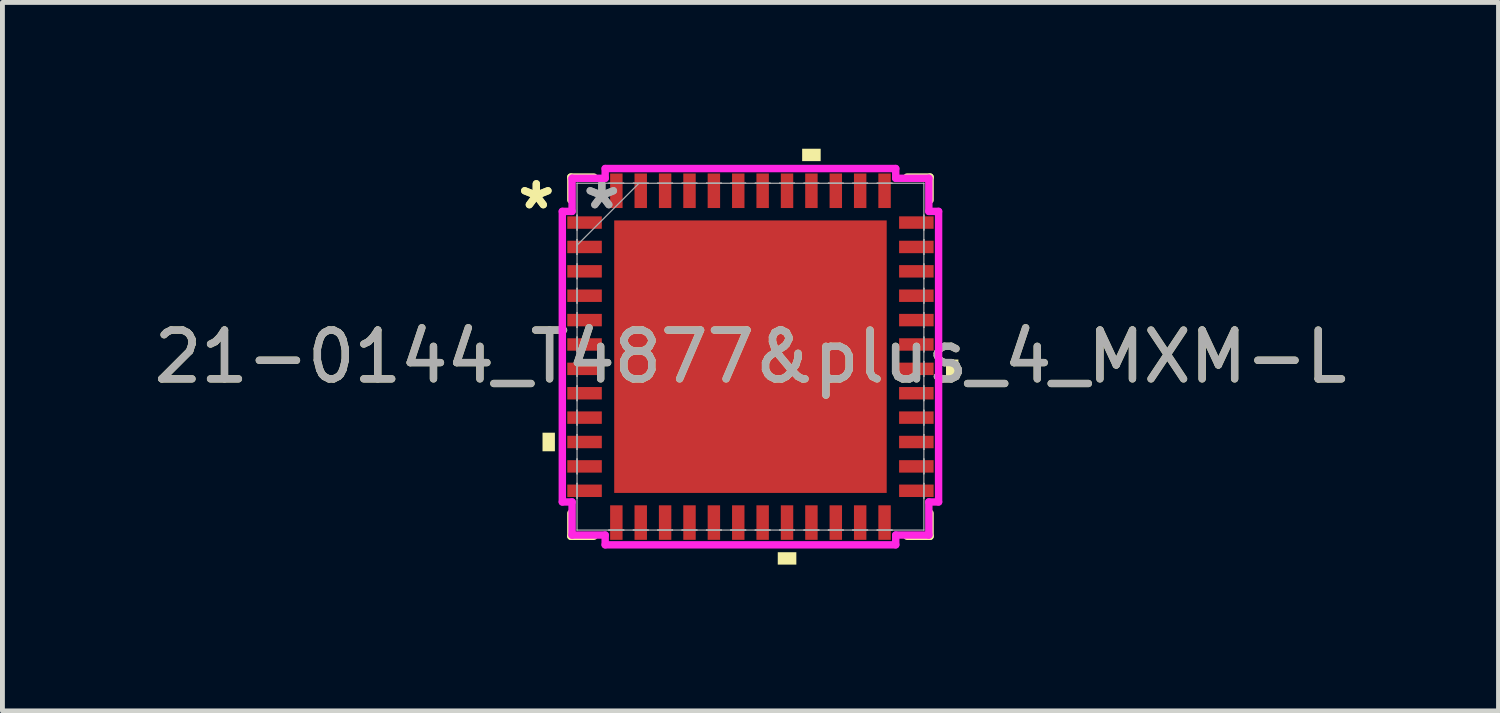
<source format=kicad_pcb>
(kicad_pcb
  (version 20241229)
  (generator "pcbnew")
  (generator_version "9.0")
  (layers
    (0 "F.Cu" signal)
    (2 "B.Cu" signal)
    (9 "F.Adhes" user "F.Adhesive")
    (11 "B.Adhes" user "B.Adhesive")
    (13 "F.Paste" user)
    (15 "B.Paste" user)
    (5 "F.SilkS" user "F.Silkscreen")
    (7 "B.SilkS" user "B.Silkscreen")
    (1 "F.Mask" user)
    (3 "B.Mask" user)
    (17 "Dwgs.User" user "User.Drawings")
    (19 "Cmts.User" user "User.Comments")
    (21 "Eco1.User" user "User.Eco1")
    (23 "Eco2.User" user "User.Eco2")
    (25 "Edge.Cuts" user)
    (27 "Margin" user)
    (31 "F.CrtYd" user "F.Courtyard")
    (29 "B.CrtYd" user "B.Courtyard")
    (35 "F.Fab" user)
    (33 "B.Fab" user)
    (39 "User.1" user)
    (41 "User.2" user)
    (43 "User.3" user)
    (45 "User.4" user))
  (footprint "21-0144_T4877&plus_4_MXM-L"
    (layer "F.Cu")
    (at 12.339 4.264)
    (property "Reference" "21-0144_T4877&plus_4_MXM-L" (at 0 0 0) (unlocked yes) (layer "F.SilkS") (effects (font (size 1 1) (thickness 0.15))))
    (attr smd)
    (fp_line (start -3.683 -3.683) (end -3.683 -3.21) (stroke (width 0.152) (type solid)) (layer "F.SilkS"))
    (fp_line (start -3.683 3.21) (end -3.683 3.683) (stroke (width 0.152) (type solid)) (layer "F.SilkS"))
    (fp_line (start -3.683 3.683) (end -3.21 3.683) (stroke (width 0.152) (type solid)) (layer "F.SilkS"))
    (fp_line (start -3.21 -3.683) (end -3.683 -3.683) (stroke (width 0.152) (type solid)) (layer "F.SilkS"))
    (fp_line (start 3.21 3.683) (end 3.683 3.683) (stroke (width 0.152) (type solid)) (layer "F.SilkS"))
    (fp_line (start 3.683 -3.683) (end 3.21 -3.683) (stroke (width 0.152) (type solid)) (layer "F.SilkS"))
    (fp_line (start 3.683 -3.21) (end 3.683 -3.683) (stroke (width 0.152) (type solid)) (layer "F.SilkS"))
    (fp_line (start 3.683 3.683) (end 3.683 3.21) (stroke (width 0.152) (type solid)) (layer "F.SilkS"))
    (fp_poly (pts (xy -4.264 1.559) (xy -4.264 1.94) (xy -4.01 1.94) (xy -4.01 1.559)) (stroke (width 0) (type solid)) (fill yes) (layer "F.SilkS"))
    (fp_poly (pts (xy 0.56 4.01) (xy 0.56 4.264) (xy 0.941 4.264) (xy 0.941 4.01)) (stroke (width 0) (type solid)) (fill yes) (layer "F.SilkS"))
    (fp_poly (pts (xy 1.06 -4.01) (xy 1.06 -4.264) (xy 1.44 -4.264) (xy 1.44 -4.01)) (stroke (width 0) (type solid)) (fill yes) (layer "F.SilkS"))
    (fp_poly (pts (xy 4.264 0.059) (xy 4.264 0.441) (xy 4.01 0.441) (xy 4.01 0.059)) (stroke (width 0) (type solid)) (fill yes) (layer "F.SilkS"))
    (fp_poly (pts (xy -2.694 -2.694) (xy -2.694 -1.497) (xy -1.497 -1.497) (xy -1.497 -2.694)) (stroke (width 0) (type solid)) (fill yes) (layer "F.Paste"))
    (fp_poly (pts (xy -2.694 -1.297) (xy -2.694 -0.1) (xy -1.497 -0.1) (xy -1.497 -1.297)) (stroke (width 0) (type solid)) (fill yes) (layer "F.Paste"))
    (fp_poly (pts (xy -2.694 0.1) (xy -2.694 1.297) (xy -1.497 1.297) (xy -1.497 0.1)) (stroke (width 0) (type solid)) (fill yes) (layer "F.Paste"))
    (fp_poly (pts (xy -2.694 1.497) (xy -2.694 2.694) (xy -1.497 2.694) (xy -1.497 1.497)) (stroke (width 0) (type solid)) (fill yes) (layer "F.Paste"))
    (fp_poly (pts (xy -1.297 -2.694) (xy -1.297 -1.497) (xy -0.1 -1.497) (xy -0.1 -2.694)) (stroke (width 0) (type solid)) (fill yes) (layer "F.Paste"))
    (fp_poly (pts (xy -1.297 -1.297) (xy -1.297 -0.1) (xy -0.1 -0.1) (xy -0.1 -1.297)) (stroke (width 0) (type solid)) (fill yes) (layer "F.Paste"))
    (fp_poly (pts (xy -1.297 0.1) (xy -1.297 1.297) (xy -0.1 1.297) (xy -0.1 0.1)) (stroke (width 0) (type solid)) (fill yes) (layer "F.Paste"))
    (fp_poly (pts (xy -1.297 1.497) (xy -1.297 2.694) (xy -0.1 2.694) (xy -0.1 1.497)) (stroke (width 0) (type solid)) (fill yes) (layer "F.Paste"))
    (fp_poly (pts (xy 0.1 -2.694) (xy 0.1 -1.497) (xy 1.297 -1.497) (xy 1.297 -2.694)) (stroke (width 0) (type solid)) (fill yes) (layer "F.Paste"))
    (fp_poly (pts (xy 0.1 -1.297) (xy 0.1 -0.1) (xy 1.297 -0.1) (xy 1.297 -1.297)) (stroke (width 0) (type solid)) (fill yes) (layer "F.Paste"))
    (fp_poly (pts (xy 0.1 0.1) (xy 0.1 1.297) (xy 1.297 1.297) (xy 1.297 0.1)) (stroke (width 0) (type solid)) (fill yes) (layer "F.Paste"))
    (fp_poly (pts (xy 0.1 1.497) (xy 0.1 2.694) (xy 1.297 2.694) (xy 1.297 1.497)) (stroke (width 0) (type solid)) (fill yes) (layer "F.Paste"))
    (fp_poly (pts (xy 1.497 -2.694) (xy 1.497 -1.497) (xy 2.694 -1.497) (xy 2.694 -2.694)) (stroke (width 0) (type solid)) (fill yes) (layer "F.Paste"))
    (fp_poly (pts (xy 1.497 -1.297) (xy 1.497 -0.1) (xy 2.694 -0.1) (xy 2.694 -1.297)) (stroke (width 0) (type solid)) (fill yes) (layer "F.Paste"))
    (fp_poly (pts (xy 1.497 0.1) (xy 1.497 1.297) (xy 2.694 1.297) (xy 2.694 0.1)) (stroke (width 0) (type solid)) (fill yes) (layer "F.Paste"))
    (fp_poly (pts (xy 1.497 1.497) (xy 1.497 2.694) (xy 2.694 2.694) (xy 2.694 1.497)) (stroke (width 0) (type solid)) (fill yes) (layer "F.Paste"))
    (fp_line (start -3.858 -2.979) (end -3.658 -2.979) (stroke (width 0.152) (type solid)) (layer "F.CrtYd"))
    (fp_line (start -3.858 2.979) (end -3.858 -2.979) (stroke (width 0.152) (type solid)) (layer "F.CrtYd"))
    (fp_line (start -3.658 -3.658) (end -2.979 -3.658) (stroke (width 0.152) (type solid)) (layer "F.CrtYd"))
    (fp_line (start -3.658 -2.979) (end -3.658 -3.658) (stroke (width 0.152) (type solid)) (layer "F.CrtYd"))
    (fp_line (start -3.658 2.979) (end -3.858 2.979) (stroke (width 0.152) (type solid)) (layer "F.CrtYd"))
    (fp_line (start -3.658 3.658) (end -3.658 2.979) (stroke (width 0.152) (type solid)) (layer "F.CrtYd"))
    (fp_line (start -2.979 -3.858) (end 2.979 -3.858) (stroke (width 0.152) (type solid)) (layer "F.CrtYd"))
    (fp_line (start -2.979 -3.658) (end -2.979 -3.858) (stroke (width 0.152) (type solid)) (layer "F.CrtYd"))
    (fp_line (start -2.979 3.658) (end -3.658 3.658) (stroke (width 0.152) (type solid)) (layer "F.CrtYd"))
    (fp_line (start -2.979 3.858) (end -2.979 3.658) (stroke (width 0.152) (type solid)) (layer "F.CrtYd"))
    (fp_line (start 2.979 -3.858) (end 2.979 -3.658) (stroke (width 0.152) (type solid)) (layer "F.CrtYd"))
    (fp_line (start 2.979 -3.658) (end 3.658 -3.658) (stroke (width 0.152) (type solid)) (layer "F.CrtYd"))
    (fp_line (start 2.979 3.658) (end 2.979 3.858) (stroke (width 0.152) (type solid)) (layer "F.CrtYd"))
    (fp_line (start 2.979 3.858) (end -2.979 3.858) (stroke (width 0.152) (type solid)) (layer "F.CrtYd"))
    (fp_line (start 3.658 -3.658) (end 3.658 -2.979) (stroke (width 0.152) (type solid)) (layer "F.CrtYd"))
    (fp_line (start 3.658 -2.979) (end 3.858 -2.979) (stroke (width 0.152) (type solid)) (layer "F.CrtYd"))
    (fp_line (start 3.658 2.979) (end 3.658 3.658) (stroke (width 0.152) (type solid)) (layer "F.CrtYd"))
    (fp_line (start 3.658 3.658) (end 2.979 3.658) (stroke (width 0.152) (type solid)) (layer "F.CrtYd"))
    (fp_line (start 3.858 -2.979) (end 3.858 2.979) (stroke (width 0.152) (type solid)) (layer "F.CrtYd"))
    (fp_line (start 3.858 2.979) (end 3.658 2.979) (stroke (width 0.152) (type solid)) (layer "F.CrtYd"))
    (fp_line (start -3.556 -3.556) (end -3.556 -3.556) (stroke (width 0.025) (type solid)) (layer "F.Fab"))
    (fp_line (start -3.556 -3.556) (end -3.556 3.556) (stroke (width 0.025) (type solid)) (layer "F.Fab"))
    (fp_line (start -3.556 -2.902) (end -3.556 -2.902) (stroke (width 0.025) (type solid)) (layer "F.Fab"))
    (fp_line (start -3.556 -2.902) (end -3.556 -2.598) (stroke (width 0.025) (type solid)) (layer "F.Fab"))
    (fp_line (start -3.556 -2.598) (end -3.556 -2.902) (stroke (width 0.025) (type solid)) (layer "F.Fab"))
    (fp_line (start -3.556 -2.598) (end -3.556 -2.598) (stroke (width 0.025) (type solid)) (layer "F.Fab"))
    (fp_line (start -3.556 -2.402) (end -3.556 -2.402) (stroke (width 0.025) (type solid)) (layer "F.Fab"))
    (fp_line (start -3.556 -2.402) (end -3.556 -2.098) (stroke (width 0.025) (type solid)) (layer "F.Fab"))
    (fp_line (start -3.556 -2.286) (end -2.286 -3.556) (stroke (width 0.025) (type solid)) (layer "F.Fab"))
    (fp_line (start -3.556 -2.098) (end -3.556 -2.402) (stroke (width 0.025) (type solid)) (layer "F.Fab"))
    (fp_line (start -3.556 -2.098) (end -3.556 -2.098) (stroke (width 0.025) (type solid)) (layer "F.Fab"))
    (fp_line (start -3.556 -1.902) (end -3.556 -1.902) (stroke (width 0.025) (type solid)) (layer "F.Fab"))
    (fp_line (start -3.556 -1.902) (end -3.556 -1.598) (stroke (width 0.025) (type solid)) (layer "F.Fab"))
    (fp_line (start -3.556 -1.598) (end -3.556 -1.902) (stroke (width 0.025) (type solid)) (layer "F.Fab"))
    (fp_line (start -3.556 -1.598) (end -3.556 -1.598) (stroke (width 0.025) (type solid)) (layer "F.Fab"))
    (fp_line (start -3.556 -1.402) (end -3.556 -1.402) (stroke (width 0.025) (type solid)) (layer "F.Fab"))
    (fp_line (start -3.556 -1.402) (end -3.556 -1.098) (stroke (width 0.025) (type solid)) (layer "F.Fab"))
    (fp_line (start -3.556 -1.098) (end -3.556 -1.402) (stroke (width 0.025) (type solid)) (layer "F.Fab"))
    (fp_line (start -3.556 -1.098) (end -3.556 -1.098) (stroke (width 0.025) (type solid)) (layer "F.Fab"))
    (fp_line (start -3.556 -0.902) (end -3.556 -0.902) (stroke (width 0.025) (type solid)) (layer "F.Fab"))
    (fp_line (start -3.556 -0.902) (end -3.556 -0.598) (stroke (width 0.025) (type solid)) (layer "F.Fab"))
    (fp_line (start -3.556 -0.598) (end -3.556 -0.902) (stroke (width 0.025) (type solid)) (layer "F.Fab"))
    (fp_line (start -3.556 -0.598) (end -3.556 -0.598) (stroke (width 0.025) (type solid)) (layer "F.Fab"))
    (fp_line (start -3.556 -0.402) (end -3.556 -0.402) (stroke (width 0.025) (type solid)) (layer "F.Fab"))
    (fp_line (start -3.556 -0.402) (end -3.556 -0.098) (stroke (width 0.025) (type solid)) (layer "F.Fab"))
    (fp_line (start -3.556 -0.098) (end -3.556 -0.402) (stroke (width 0.025) (type solid)) (layer "F.Fab"))
    (fp_line (start -3.556 -0.098) (end -3.556 -0.098) (stroke (width 0.025) (type solid)) (layer "F.Fab"))
    (fp_line (start -3.556 0.098) (end -3.556 0.098) (stroke (width 0.025) (type solid)) (layer "F.Fab"))
    (fp_line (start -3.556 0.098) (end -3.556 0.402) (stroke (width 0.025) (type solid)) (layer "F.Fab"))
    (fp_line (start -3.556 0.402) (end -3.556 0.098) (stroke (width 0.025) (type solid)) (layer "F.Fab"))
    (fp_line (start -3.556 0.402) (end -3.556 0.402) (stroke (width 0.025) (type solid)) (layer "F.Fab"))
    (fp_line (start -3.556 0.598) (end -3.556 0.598) (stroke (width 0.025) (type solid)) (layer "F.Fab"))
    (fp_line (start -3.556 0.598) (end -3.556 0.902) (stroke (width 0.025) (type solid)) (layer "F.Fab"))
    (fp_line (start -3.556 0.902) (end -3.556 0.598) (stroke (width 0.025) (type solid)) (layer "F.Fab"))
    (fp_line (start -3.556 0.902) (end -3.556 0.902) (stroke (width 0.025) (type solid)) (layer "F.Fab"))
    (fp_line (start -3.556 1.098) (end -3.556 1.098) (stroke (width 0.025) (type solid)) (layer "F.Fab"))
    (fp_line (start -3.556 1.098) (end -3.556 1.402) (stroke (width 0.025) (type solid)) (layer "F.Fab"))
    (fp_line (start -3.556 1.402) (end -3.556 1.098) (stroke (width 0.025) (type solid)) (layer "F.Fab"))
    (fp_line (start -3.556 1.402) (end -3.556 1.402) (stroke (width 0.025) (type solid)) (layer "F.Fab"))
    (fp_line (start -3.556 1.598) (end -3.556 1.598) (stroke (width 0.025) (type solid)) (layer "F.Fab"))
    (fp_line (start -3.556 1.598) (end -3.556 1.902) (stroke (width 0.025) (type solid)) (layer "F.Fab"))
    (fp_line (start -3.556 1.902) (end -3.556 1.598) (stroke (width 0.025) (type solid)) (layer "F.Fab"))
    (fp_line (start -3.556 1.902) (end -3.556 1.902) (stroke (width 0.025) (type solid)) (layer "F.Fab"))
    (fp_line (start -3.556 2.098) (end -3.556 2.098) (stroke (width 0.025) (type solid)) (layer "F.Fab"))
    (fp_line (start -3.556 2.098) (end -3.556 2.402) (stroke (width 0.025) (type solid)) (layer "F.Fab"))
    (fp_line (start -3.556 2.402) (end -3.556 2.098) (stroke (width 0.025) (type solid)) (layer "F.Fab"))
    (fp_line (start -3.556 2.402) (end -3.556 2.402) (stroke (width 0.025) (type solid)) (layer "F.Fab"))
    (fp_line (start -3.556 2.598) (end -3.556 2.598) (stroke (width 0.025) (type solid)) (layer "F.Fab"))
    (fp_line (start -3.556 2.598) (end -3.556 2.902) (stroke (width 0.025) (type solid)) (layer "F.Fab"))
    (fp_line (start -3.556 2.902) (end -3.556 2.598) (stroke (width 0.025) (type solid)) (layer "F.Fab"))
    (fp_line (start -3.556 2.902) (end -3.556 2.902) (stroke (width 0.025) (type solid)) (layer "F.Fab"))
    (fp_line (start -3.556 3.556) (end -3.556 3.556) (stroke (width 0.025) (type solid)) (layer "F.Fab"))
    (fp_line (start -3.556 3.556) (end 3.556 3.556) (stroke (width 0.025) (type solid)) (layer "F.Fab"))
    (fp_line (start -2.902 -3.556) (end -2.902 -3.556) (stroke (width 0.025) (type solid)) (layer "F.Fab"))
    (fp_line (start -2.902 -3.556) (end -2.598 -3.556) (stroke (width 0.025) (type solid)) (layer "F.Fab"))
    (fp_line (start -2.902 3.556) (end -2.902 3.556) (stroke (width 0.025) (type solid)) (layer "F.Fab"))
    (fp_line (start -2.902 3.556) (end -2.598 3.556) (stroke (width 0.025) (type solid)) (layer "F.Fab"))
    (fp_line (start -2.598 -3.556) (end -2.902 -3.556) (stroke (width 0.025) (type solid)) (layer "F.Fab"))
    (fp_line (start -2.598 -3.556) (end -2.598 -3.556) (stroke (width 0.025) (type solid)) (layer "F.Fab"))
    (fp_line (start -2.598 3.556) (end -2.902 3.556) (stroke (width 0.025) (type solid)) (layer "F.Fab"))
    (fp_line (start -2.598 3.556) (end -2.598 3.556) (stroke (width 0.025) (type solid)) (layer "F.Fab"))
    (fp_line (start -2.402 -3.556) (end -2.402 -3.556) (stroke (width 0.025) (type solid)) (layer "F.Fab"))
    (fp_line (start -2.402 -3.556) (end -2.098 -3.556) (stroke (width 0.025) (type solid)) (layer "F.Fab"))
    (fp_line (start -2.402 3.556) (end -2.402 3.556) (stroke (width 0.025) (type solid)) (layer "F.Fab"))
    (fp_line (start -2.402 3.556) (end -2.098 3.556) (stroke (width 0.025) (type solid)) (layer "F.Fab"))
    (fp_line (start -2.098 -3.556) (end -2.402 -3.556) (stroke (width 0.025) (type solid)) (layer "F.Fab"))
    (fp_line (start -2.098 -3.556) (end -2.098 -3.556) (stroke (width 0.025) (type solid)) (layer "F.Fab"))
    (fp_line (start -2.098 3.556) (end -2.402 3.556) (stroke (width 0.025) (type solid)) (layer "F.Fab"))
    (fp_line (start -2.098 3.556) (end -2.098 3.556) (stroke (width 0.025) (type solid)) (layer "F.Fab"))
    (fp_line (start -1.902 -3.556) (end -1.902 -3.556) (stroke (width 0.025) (type solid)) (layer "F.Fab"))
    (fp_line (start -1.902 -3.556) (end -1.598 -3.556) (stroke (width 0.025) (type solid)) (layer "F.Fab"))
    (fp_line (start -1.902 3.556) (end -1.902 3.556) (stroke (width 0.025) (type solid)) (layer "F.Fab"))
    (fp_line (start -1.902 3.556) (end -1.598 3.556) (stroke (width 0.025) (type solid)) (layer "F.Fab"))
    (fp_line (start -1.598 -3.556) (end -1.902 -3.556) (stroke (width 0.025) (type solid)) (layer "F.Fab"))
    (fp_line (start -1.598 -3.556) (end -1.598 -3.556) (stroke (width 0.025) (type solid)) (layer "F.Fab"))
    (fp_line (start -1.598 3.556) (end -1.902 3.556) (stroke (width 0.025) (type solid)) (layer "F.Fab"))
    (fp_line (start -1.598 3.556) (end -1.598 3.556) (stroke (width 0.025) (type solid)) (layer "F.Fab"))
    (fp_line (start -1.402 -3.556) (end -1.402 -3.556) (stroke (width 0.025) (type solid)) (layer "F.Fab"))
    (fp_line (start -1.402 -3.556) (end -1.098 -3.556) (stroke (width 0.025) (type solid)) (layer "F.Fab"))
    (fp_line (start -1.402 3.556) (end -1.402 3.556) (stroke (width 0.025) (type solid)) (layer "F.Fab"))
    (fp_line (start -1.402 3.556) (end -1.098 3.556) (stroke (width 0.025) (type solid)) (layer "F.Fab"))
    (fp_line (start -1.098 -3.556) (end -1.402 -3.556) (stroke (width 0.025) (type solid)) (layer "F.Fab"))
    (fp_line (start -1.098 -3.556) (end -1.098 -3.556) (stroke (width 0.025) (type solid)) (layer "F.Fab"))
    (fp_line (start -1.098 3.556) (end -1.402 3.556) (stroke (width 0.025) (type solid)) (layer "F.Fab"))
    (fp_line (start -1.098 3.556) (end -1.098 3.556) (stroke (width 0.025) (type solid)) (layer "F.Fab"))
    (fp_line (start -0.902 -3.556) (end -0.902 -3.556) (stroke (width 0.025) (type solid)) (layer "F.Fab"))
    (fp_line (start -0.902 -3.556) (end -0.598 -3.556) (stroke (width 0.025) (type solid)) (layer "F.Fab"))
    (fp_line (start -0.902 3.556) (end -0.902 3.556) (stroke (width 0.025) (type solid)) (layer "F.Fab"))
    (fp_line (start -0.902 3.556) (end -0.598 3.556) (stroke (width 0.025) (type solid)) (layer "F.Fab"))
    (fp_line (start -0.598 -3.556) (end -0.902 -3.556) (stroke (width 0.025) (type solid)) (layer "F.Fab"))
    (fp_line (start -0.598 -3.556) (end -0.598 -3.556) (stroke (width 0.025) (type solid)) (layer "F.Fab"))
    (fp_line (start -0.598 3.556) (end -0.902 3.556) (stroke (width 0.025) (type solid)) (layer "F.Fab"))
    (fp_line (start -0.598 3.556) (end -0.598 3.556) (stroke (width 0.025) (type solid)) (layer "F.Fab"))
    (fp_line (start -0.402 -3.556) (end -0.402 -3.556) (stroke (width 0.025) (type solid)) (layer "F.Fab"))
    (fp_line (start -0.402 -3.556) (end -0.098 -3.556) (stroke (width 0.025) (type solid)) (layer "F.Fab"))
    (fp_line (start -0.402 3.556) (end -0.402 3.556) (stroke (width 0.025) (type solid)) (layer "F.Fab"))
    (fp_line (start -0.402 3.556) (end -0.098 3.556) (stroke (width 0.025) (type solid)) (layer "F.Fab"))
    (fp_line (start -0.098 -3.556) (end -0.402 -3.556) (stroke (width 0.025) (type solid)) (layer "F.Fab"))
    (fp_line (start -0.098 -3.556) (end -0.098 -3.556) (stroke (width 0.025) (type solid)) (layer "F.Fab"))
    (fp_line (start -0.098 3.556) (end -0.402 3.556) (stroke (width 0.025) (type solid)) (layer "F.Fab"))
    (fp_line (start -0.098 3.556) (end -0.098 3.556) (stroke (width 0.025) (type solid)) (layer "F.Fab"))
    (fp_line (start 0.098 -3.556) (end 0.098 -3.556) (stroke (width 0.025) (type solid)) (layer "F.Fab"))
    (fp_line (start 0.098 -3.556) (end 0.402 -3.556) (stroke (width 0.025) (type solid)) (layer "F.Fab"))
    (fp_line (start 0.098 3.556) (end 0.098 3.556) (stroke (width 0.025) (type solid)) (layer "F.Fab"))
    (fp_line (start 0.098 3.556) (end 0.402 3.556) (stroke (width 0.025) (type solid)) (layer "F.Fab"))
    (fp_line (start 0.402 -3.556) (end 0.098 -3.556) (stroke (width 0.025) (type solid)) (layer "F.Fab"))
    (fp_line (start 0.402 -3.556) (end 0.402 -3.556) (stroke (width 0.025) (type solid)) (layer "F.Fab"))
    (fp_line (start 0.402 3.556) (end 0.098 3.556) (stroke (width 0.025) (type solid)) (layer "F.Fab"))
    (fp_line (start 0.402 3.556) (end 0.402 3.556) (stroke (width 0.025) (type solid)) (layer "F.Fab"))
    (fp_line (start 0.598 -3.556) (end 0.598 -3.556) (stroke (width 0.025) (type solid)) (layer "F.Fab"))
    (fp_line (start 0.598 -3.556) (end 0.902 -3.556) (stroke (width 0.025) (type solid)) (layer "F.Fab"))
    (fp_line (start 0.598 3.556) (end 0.598 3.556) (stroke (width 0.025) (type solid)) (layer "F.Fab"))
    (fp_line (start 0.598 3.556) (end 0.902 3.556) (stroke (width 0.025) (type solid)) (layer "F.Fab"))
    (fp_line (start 0.902 -3.556) (end 0.598 -3.556) (stroke (width 0.025) (type solid)) (layer "F.Fab"))
    (fp_line (start 0.902 -3.556) (end 0.902 -3.556) (stroke (width 0.025) (type solid)) (layer "F.Fab"))
    (fp_line (start 0.902 3.556) (end 0.598 3.556) (stroke (width 0.025) (type solid)) (layer "F.Fab"))
    (fp_line (start 0.902 3.556) (end 0.902 3.556) (stroke (width 0.025) (type solid)) (layer "F.Fab"))
    (fp_line (start 1.098 -3.556) (end 1.098 -3.556) (stroke (width 0.025) (type solid)) (layer "F.Fab"))
    (fp_line (start 1.098 -3.556) (end 1.402 -3.556) (stroke (width 0.025) (type solid)) (layer "F.Fab"))
    (fp_line (start 1.098 3.556) (end 1.098 3.556) (stroke (width 0.025) (type solid)) (layer "F.Fab"))
    (fp_line (start 1.098 3.556) (end 1.402 3.556) (stroke (width 0.025) (type solid)) (layer "F.Fab"))
    (fp_line (start 1.402 -3.556) (end 1.098 -3.556) (stroke (width 0.025) (type solid)) (layer "F.Fab"))
    (fp_line (start 1.402 -3.556) (end 1.402 -3.556) (stroke (width 0.025) (type solid)) (layer "F.Fab"))
    (fp_line (start 1.402 3.556) (end 1.098 3.556) (stroke (width 0.025) (type solid)) (layer "F.Fab"))
    (fp_line (start 1.402 3.556) (end 1.402 3.556) (stroke (width 0.025) (type solid)) (layer "F.Fab"))
    (fp_line (start 1.598 -3.556) (end 1.598 -3.556) (stroke (width 0.025) (type solid)) (layer "F.Fab"))
    (fp_line (start 1.598 -3.556) (end 1.902 -3.556) (stroke (width 0.025) (type solid)) (layer "F.Fab"))
    (fp_line (start 1.598 3.556) (end 1.598 3.556) (stroke (width 0.025) (type solid)) (layer "F.Fab"))
    (fp_line (start 1.598 3.556) (end 1.902 3.556) (stroke (width 0.025) (type solid)) (layer "F.Fab"))
    (fp_line (start 1.902 -3.556) (end 1.598 -3.556) (stroke (width 0.025) (type solid)) (layer "F.Fab"))
    (fp_line (start 1.902 -3.556) (end 1.902 -3.556) (stroke (width 0.025) (type solid)) (layer "F.Fab"))
    (fp_line (start 1.902 3.556) (end 1.598 3.556) (stroke (width 0.025) (type solid)) (layer "F.Fab"))
    (fp_line (start 1.902 3.556) (end 1.902 3.556) (stroke (width 0.025) (type solid)) (layer "F.Fab"))
    (fp_line (start 2.098 -3.556) (end 2.098 -3.556) (stroke (width 0.025) (type solid)) (layer "F.Fab"))
    (fp_line (start 2.098 -3.556) (end 2.402 -3.556) (stroke (width 0.025) (type solid)) (layer "F.Fab"))
    (fp_line (start 2.098 3.556) (end 2.098 3.556) (stroke (width 0.025) (type solid)) (layer "F.Fab"))
    (fp_line (start 2.098 3.556) (end 2.402 3.556) (stroke (width 0.025) (type solid)) (layer "F.Fab"))
    (fp_line (start 2.402 -3.556) (end 2.098 -3.556) (stroke (width 0.025) (type solid)) (layer "F.Fab"))
    (fp_line (start 2.402 -3.556) (end 2.402 -3.556) (stroke (width 0.025) (type solid)) (layer "F.Fab"))
    (fp_line (start 2.402 3.556) (end 2.098 3.556) (stroke (width 0.025) (type solid)) (layer "F.Fab"))
    (fp_line (start 2.402 3.556) (end 2.402 3.556) (stroke (width 0.025) (type solid)) (layer "F.Fab"))
    (fp_line (start 2.598 -3.556) (end 2.598 -3.556) (stroke (width 0.025) (type solid)) (layer "F.Fab"))
    (fp_line (start 2.598 -3.556) (end 2.902 -3.556) (stroke (width 0.025) (type solid)) (layer "F.Fab"))
    (fp_line (start 2.598 3.556) (end 2.598 3.556) (stroke (width 0.025) (type solid)) (layer "F.Fab"))
    (fp_line (start 2.598 3.556) (end 2.902 3.556) (stroke (width 0.025) (type solid)) (layer "F.Fab"))
    (fp_line (start 2.902 -3.556) (end 2.598 -3.556) (stroke (width 0.025) (type solid)) (layer "F.Fab"))
    (fp_line (start 2.902 -3.556) (end 2.902 -3.556) (stroke (width 0.025) (type solid)) (layer "F.Fab"))
    (fp_line (start 2.902 3.556) (end 2.598 3.556) (stroke (width 0.025) (type solid)) (layer "F.Fab"))
    (fp_line (start 2.902 3.556) (end 2.902 3.556) (stroke (width 0.025) (type solid)) (layer "F.Fab"))
    (fp_line (start 3.556 -3.556) (end -3.556 -3.556) (stroke (width 0.025) (type solid)) (layer "F.Fab"))
    (fp_line (start 3.556 -3.556) (end 3.556 -3.556) (stroke (width 0.025) (type solid)) (layer "F.Fab"))
    (fp_line (start 3.556 -2.902) (end 3.556 -2.902) (stroke (width 0.025) (type solid)) (layer "F.Fab"))
    (fp_line (start 3.556 -2.902) (end 3.556 -2.598) (stroke (width 0.025) (type solid)) (layer "F.Fab"))
    (fp_line (start 3.556 -2.598) (end 3.556 -2.902) (stroke (width 0.025) (type solid)) (layer "F.Fab"))
    (fp_line (start 3.556 -2.598) (end 3.556 -2.598) (stroke (width 0.025) (type solid)) (layer "F.Fab"))
    (fp_line (start 3.556 -2.402) (end 3.556 -2.402) (stroke (width 0.025) (type solid)) (layer "F.Fab"))
    (fp_line (start 3.556 -2.402) (end 3.556 -2.098) (stroke (width 0.025) (type solid)) (layer "F.Fab"))
    (fp_line (start 3.556 -2.098) (end 3.556 -2.402) (stroke (width 0.025) (type solid)) (layer "F.Fab"))
    (fp_line (start 3.556 -2.098) (end 3.556 -2.098) (stroke (width 0.025) (type solid)) (layer "F.Fab"))
    (fp_line (start 3.556 -1.902) (end 3.556 -1.902) (stroke (width 0.025) (type solid)) (layer "F.Fab"))
    (fp_line (start 3.556 -1.902) (end 3.556 -1.598) (stroke (width 0.025) (type solid)) (layer "F.Fab"))
    (fp_line (start 3.556 -1.598) (end 3.556 -1.902) (stroke (width 0.025) (type solid)) (layer "F.Fab"))
    (fp_line (start 3.556 -1.598) (end 3.556 -1.598) (stroke (width 0.025) (type solid)) (layer "F.Fab"))
    (fp_line (start 3.556 -1.402) (end 3.556 -1.402) (stroke (width 0.025) (type solid)) (layer "F.Fab"))
    (fp_line (start 3.556 -1.402) (end 3.556 -1.098) (stroke (width 0.025) (type solid)) (layer "F.Fab"))
    (fp_line (start 3.556 -1.098) (end 3.556 -1.402) (stroke (width 0.025) (type solid)) (layer "F.Fab"))
    (fp_line (start 3.556 -1.098) (end 3.556 -1.098) (stroke (width 0.025) (type solid)) (layer "F.Fab"))
    (fp_line (start 3.556 -0.902) (end 3.556 -0.902) (stroke (width 0.025) (type solid)) (layer "F.Fab"))
    (fp_line (start 3.556 -0.902) (end 3.556 -0.598) (stroke (width 0.025) (type solid)) (layer "F.Fab"))
    (fp_line (start 3.556 -0.598) (end 3.556 -0.902) (stroke (width 0.025) (type solid)) (layer "F.Fab"))
    (fp_line (start 3.556 -0.598) (end 3.556 -0.598) (stroke (width 0.025) (type solid)) (layer "F.Fab"))
    (fp_line (start 3.556 -0.402) (end 3.556 -0.402) (stroke (width 0.025) (type solid)) (layer "F.Fab"))
    (fp_line (start 3.556 -0.402) (end 3.556 -0.098) (stroke (width 0.025) (type solid)) (layer "F.Fab"))
    (fp_line (start 3.556 -0.098) (end 3.556 -0.402) (stroke (width 0.025) (type solid)) (layer "F.Fab"))
    (fp_line (start 3.556 -0.098) (end 3.556 -0.098) (stroke (width 0.025) (type solid)) (layer "F.Fab"))
    (fp_line (start 3.556 0.098) (end 3.556 0.098) (stroke (width 0.025) (type solid)) (layer "F.Fab"))
    (fp_line (start 3.556 0.098) (end 3.556 0.402) (stroke (width 0.025) (type solid)) (layer "F.Fab"))
    (fp_line (start 3.556 0.402) (end 3.556 0.098) (stroke (width 0.025) (type solid)) (layer "F.Fab"))
    (fp_line (start 3.556 0.402) (end 3.556 0.402) (stroke (width 0.025) (type solid)) (layer "F.Fab"))
    (fp_line (start 3.556 0.598) (end 3.556 0.598) (stroke (width 0.025) (type solid)) (layer "F.Fab"))
    (fp_line (start 3.556 0.598) (end 3.556 0.902) (stroke (width 0.025) (type solid)) (layer "F.Fab"))
    (fp_line (start 3.556 0.902) (end 3.556 0.598) (stroke (width 0.025) (type solid)) (layer "F.Fab"))
    (fp_line (start 3.556 0.902) (end 3.556 0.902) (stroke (width 0.025) (type solid)) (layer "F.Fab"))
    (fp_line (start 3.556 1.098) (end 3.556 1.098) (stroke (width 0.025) (type solid)) (layer "F.Fab"))
    (fp_line (start 3.556 1.098) (end 3.556 1.402) (stroke (width 0.025) (type solid)) (layer "F.Fab"))
    (fp_line (start 3.556 1.402) (end 3.556 1.098) (stroke (width 0.025) (type solid)) (layer "F.Fab"))
    (fp_line (start 3.556 1.402) (end 3.556 1.402) (stroke (width 0.025) (type solid)) (layer "F.Fab"))
    (fp_line (start 3.556 1.598) (end 3.556 1.598) (stroke (width 0.025) (type solid)) (layer "F.Fab"))
    (fp_line (start 3.556 1.598) (end 3.556 1.902) (stroke (width 0.025) (type solid)) (layer "F.Fab"))
    (fp_line (start 3.556 1.902) (end 3.556 1.598) (stroke (width 0.025) (type solid)) (layer "F.Fab"))
    (fp_line (start 3.556 1.902) (end 3.556 1.902) (stroke (width 0.025) (type solid)) (layer "F.Fab"))
    (fp_line (start 3.556 2.098) (end 3.556 2.098) (stroke (width 0.025) (type solid)) (layer "F.Fab"))
    (fp_line (start 3.556 2.098) (end 3.556 2.402) (stroke (width 0.025) (type solid)) (layer "F.Fab"))
    (fp_line (start 3.556 2.402) (end 3.556 2.098) (stroke (width 0.025) (type solid)) (layer "F.Fab"))
    (fp_line (start 3.556 2.402) (end 3.556 2.402) (stroke (width 0.025) (type solid)) (layer "F.Fab"))
    (fp_line (start 3.556 2.598) (end 3.556 2.598) (stroke (width 0.025) (type solid)) (layer "F.Fab"))
    (fp_line (start 3.556 2.598) (end 3.556 2.902) (stroke (width 0.025) (type solid)) (layer "F.Fab"))
    (fp_line (start 3.556 2.902) (end 3.556 2.598) (stroke (width 0.025) (type solid)) (layer "F.Fab"))
    (fp_line (start 3.556 2.902) (end 3.556 2.902) (stroke (width 0.025) (type solid)) (layer "F.Fab"))
    (fp_line (start 3.556 3.556) (end 3.556 -3.556) (stroke (width 0.025) (type solid)) (layer "F.Fab"))
    (fp_line (start 3.556 3.556) (end 3.556 3.556) (stroke (width 0.025) (type solid)) (layer "F.Fab"))
    (fp_text user "*" (at -4.391 -3 0) (layer "F.SilkS") (effects (font (size 1 1) (thickness 0.15))))
    (fp_text user "*" (at -4.391 -3 0) (unlocked yes) (layer "F.SilkS") (effects (font (size 1 1) (thickness 0.15))))
    (fp_text user "*" (at -3.048 -3 0) (unlocked yes) (layer "F.Fab") (effects (font (size 1 1) (thickness 0.15))))
    (fp_text user "${REFERENCE}" (at 0 0 0) (unlocked yes) (layer "F.Fab") (effects (font (size 1 1) (thickness 0.15))))
    (fp_text user "*" (at -3.048 -3 0) (layer "F.Fab") (effects (font (size 1 1) (thickness 0.15))))
    (pad "1" smd rect (at -3.402 -2.75 90) (size 0.255 0.708) (layers "F.Cu" "F.Mask" "F.Paste"))
    (pad "2" smd rect (at -3.402 -2.25 90) (size 0.255 0.708) (layers "F.Cu" "F.Mask" "F.Paste"))
    (pad "3" smd rect (at -3.402 -1.75 90) (size 0.255 0.708) (layers "F.Cu" "F.Mask" "F.Paste"))
    (pad "4" smd rect (at -3.402 -1.25 90) (size 0.255 0.708) (layers "F.Cu" "F.Mask" "F.Paste"))
    (pad "5" smd rect (at -3.402 -0.75 90) (size 0.255 0.708) (layers "F.Cu" "F.Mask" "F.Paste"))
    (pad "6" smd rect (at -3.402 -0.25 90) (size 0.255 0.708) (layers "F.Cu" "F.Mask" "F.Paste"))
    (pad "7" smd rect (at -3.402 0.25 90) (size 0.255 0.708) (layers "F.Cu" "F.Mask" "F.Paste"))
    (pad "8" smd rect (at -3.402 0.75 90) (size 0.255 0.708) (layers "F.Cu" "F.Mask" "F.Paste"))
    (pad "9" smd rect (at -3.402 1.25 90) (size 0.255 0.708) (layers "F.Cu" "F.Mask" "F.Paste"))
    (pad "10" smd rect (at -3.402 1.75 90) (size 0.255 0.708) (layers "F.Cu" "F.Mask" "F.Paste"))
    (pad "11" smd rect (at -3.402 2.25 90) (size 0.255 0.708) (layers "F.Cu" "F.Mask" "F.Paste"))
    (pad "12" smd rect (at -3.402 2.75 90) (size 0.255 0.708) (layers "F.Cu" "F.Mask" "F.Paste"))
    (pad "13" smd rect (at -2.75 3.402) (size 0.255 0.708) (layers "F.Cu" "F.Mask" "F.Paste"))
    (pad "14" smd rect (at -2.25 3.402) (size 0.255 0.708) (layers "F.Cu" "F.Mask" "F.Paste"))
    (pad "15" smd rect (at -1.75 3.402) (size 0.255 0.708) (layers "F.Cu" "F.Mask" "F.Paste"))
    (pad "16" smd rect (at -1.25 3.402) (size 0.255 0.708) (layers "F.Cu" "F.Mask" "F.Paste"))
    (pad "17" smd rect (at -0.75 3.402) (size 0.255 0.708) (layers "F.Cu" "F.Mask" "F.Paste"))
    (pad "18" smd rect (at -0.25 3.402) (size 0.255 0.708) (layers "F.Cu" "F.Mask" "F.Paste"))
    (pad "19" smd rect (at 0.25 3.402) (size 0.255 0.708) (layers "F.Cu" "F.Mask" "F.Paste"))
    (pad "20" smd rect (at 0.75 3.402) (size 0.255 0.708) (layers "F.Cu" "F.Mask" "F.Paste"))
    (pad "21" smd rect (at 1.25 3.402) (size 0.255 0.708) (layers "F.Cu" "F.Mask" "F.Paste"))
    (pad "22" smd rect (at 1.75 3.402) (size 0.255 0.708) (layers "F.Cu" "F.Mask" "F.Paste"))
    (pad "23" smd rect (at 2.25 3.402) (size 0.255 0.708) (layers "F.Cu" "F.Mask" "F.Paste"))
    (pad "24" smd rect (at 2.75 3.402) (size 0.255 0.708) (layers "F.Cu" "F.Mask" "F.Paste"))
    (pad "25" smd rect (at 3.402 2.75 90) (size 0.255 0.708) (layers "F.Cu" "F.Mask" "F.Paste"))
    (pad "26" smd rect (at 3.402 2.25 90) (size 0.255 0.708) (layers "F.Cu" "F.Mask" "F.Paste"))
    (pad "27" smd rect (at 3.402 1.75 90) (size 0.255 0.708) (layers "F.Cu" "F.Mask" "F.Paste"))
    (pad "28" smd rect (at 3.402 1.25 90) (size 0.255 0.708) (layers "F.Cu" "F.Mask" "F.Paste"))
    (pad "29" smd rect (at 3.402 0.75 90) (size 0.255 0.708) (layers "F.Cu" "F.Mask" "F.Paste"))
    (pad "30" smd rect (at 3.402 0.25 90) (size 0.255 0.708) (layers "F.Cu" "F.Mask" "F.Paste"))
    (pad "31" smd rect (at 3.402 -0.25 90) (size 0.255 0.708) (layers "F.Cu" "F.Mask" "F.Paste"))
    (pad "32" smd rect (at 3.402 -0.75 90) (size 0.255 0.708) (layers "F.Cu" "F.Mask" "F.Paste"))
    (pad "33" smd rect (at 3.402 -1.25 90) (size 0.255 0.708) (layers "F.Cu" "F.Mask" "F.Paste"))
    (pad "34" smd rect (at 3.402 -1.75 90) (size 0.255 0.708) (layers "F.Cu" "F.Mask" "F.Paste"))
    (pad "35" smd rect (at 3.402 -2.25 90) (size 0.255 0.708) (layers "F.Cu" "F.Mask" "F.Paste"))
    (pad "36" smd rect (at 3.402 -2.75 90) (size 0.255 0.708) (layers "F.Cu" "F.Mask" "F.Paste"))
    (pad "37" smd rect (at 2.75 -3.402) (size 0.255 0.708) (layers "F.Cu" "F.Mask" "F.Paste"))
    (pad "38" smd rect (at 2.25 -3.402) (size 0.255 0.708) (layers "F.Cu" "F.Mask" "F.Paste"))
    (pad "39" smd rect (at 1.75 -3.402) (size 0.255 0.708) (layers "F.Cu" "F.Mask" "F.Paste"))
    (pad "40" smd rect (at 1.25 -3.402) (size 0.255 0.708) (layers "F.Cu" "F.Mask" "F.Paste"))
    (pad "41" smd rect (at 0.75 -3.402) (size 0.255 0.708) (layers "F.Cu" "F.Mask" "F.Paste"))
    (pad "42" smd rect (at 0.25 -3.402) (size 0.255 0.708) (layers "F.Cu" "F.Mask" "F.Paste"))
    (pad "43" smd rect (at -0.25 -3.402) (size 0.255 0.708) (layers "F.Cu" "F.Mask" "F.Paste"))
    (pad "44" smd rect (at -0.75 -3.402) (size 0.255 0.708) (layers "F.Cu" "F.Mask" "F.Paste"))
    (pad "45" smd rect (at -1.25 -3.402) (size 0.255 0.708) (layers "F.Cu" "F.Mask" "F.Paste"))
    (pad "46" smd rect (at -1.75 -3.402) (size 0.255 0.708) (layers "F.Cu" "F.Mask" "F.Paste"))
    (pad "47" smd rect (at -2.25 -3.402) (size 0.255 0.708) (layers "F.Cu" "F.Mask" "F.Paste"))
    (pad "48" smd rect (at -2.75 -3.402) (size 0.255 0.708) (layers "F.Cu" "F.Mask" "F.Paste"))
    (pad "49" smd rect (at 0 0) (size 5.588 5.588) (layers "F.Cu" "F.Mask")))
  (gr_rect
    (start -3 -3)
    (end 27.679 11.528)
    (stroke (width 0.1) (type default))
    (fill no)
    (layer "Edge.Cuts")))
</source>
